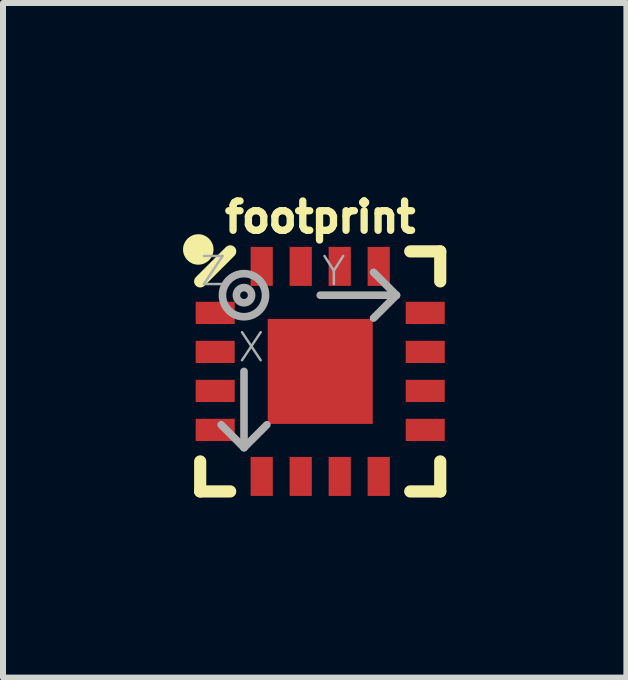
<source format=kicad_pcb>
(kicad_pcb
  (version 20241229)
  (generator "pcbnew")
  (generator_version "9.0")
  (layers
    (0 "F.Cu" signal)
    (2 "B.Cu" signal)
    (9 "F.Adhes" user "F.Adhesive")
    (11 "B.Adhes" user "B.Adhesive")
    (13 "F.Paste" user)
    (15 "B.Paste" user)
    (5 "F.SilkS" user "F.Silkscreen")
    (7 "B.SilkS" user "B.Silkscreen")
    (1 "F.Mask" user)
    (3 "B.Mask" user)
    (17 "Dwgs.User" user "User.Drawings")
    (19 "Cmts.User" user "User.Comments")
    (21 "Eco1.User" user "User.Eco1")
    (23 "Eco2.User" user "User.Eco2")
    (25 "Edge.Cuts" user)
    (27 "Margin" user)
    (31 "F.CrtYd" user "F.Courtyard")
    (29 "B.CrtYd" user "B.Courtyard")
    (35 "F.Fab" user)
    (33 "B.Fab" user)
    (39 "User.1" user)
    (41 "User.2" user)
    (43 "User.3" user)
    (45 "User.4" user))
  (footprint "footprint"
    (layer "F.Cu")
    (at 2.286 3.139)
    (property "Reference" "footprint" (at 0 -2.286 0) (layer "F.SilkS") (effects (font (size 0.488 0.488) (thickness 0.122)) (justify bottom)))
    (fp_line (start -2 2) (end -2 1.5) (stroke (width 0.203) (type solid)) (layer "F.SilkS"))
    (fp_line (start -1.5 -2) (end -2 -1.5) (stroke (width 0.203) (type solid)) (layer "F.SilkS"))
    (fp_line (start -1.5 2) (end -2 2) (stroke (width 0.203) (type solid)) (layer "F.SilkS"))
    (fp_line (start 1.5 -2) (end 2 -2) (stroke (width 0.203) (type solid)) (layer "F.SilkS"))
    (fp_line (start 2 -2) (end 2 -1.5) (stroke (width 0.203) (type solid)) (layer "F.SilkS"))
    (fp_line (start 2 1.5) (end 2 2) (stroke (width 0.203) (type solid)) (layer "F.SilkS"))
    (fp_line (start 2 2) (end 1.5 2) (stroke (width 0.203) (type solid)) (layer "F.SilkS"))
    (fp_circle (center -2.032 -2.032) (end -1.905 -2.032) (stroke (width 0.254) (type solid)) (fill yes) (layer "F.SilkS"))
    (fp_poly (pts (xy -0.25 0.25) (xy 0.25 0.25) (xy 0.25 -0.25) (xy -0.25 -0.25)) (stroke (width 0) (type solid)) (fill yes) (layer "F.Paste"))
    (fp_line (start -1.27 0) (end -1.27 1.27) (stroke (width 0.127) (type solid)) (layer "F.Fab"))
    (fp_line (start -1.27 1.27) (end -1.651 0.889) (stroke (width 0.127) (type solid)) (layer "F.Fab"))
    (fp_line (start -1.27 1.27) (end -0.889 0.889) (stroke (width 0.127) (type solid)) (layer "F.Fab"))
    (fp_line (start 0 -1.27) (end 1.27 -1.27) (stroke (width 0.127) (type solid)) (layer "F.Fab"))
    (fp_line (start 1.27 -1.27) (end 0.889 -1.651) (stroke (width 0.127) (type solid)) (layer "F.Fab"))
    (fp_line (start 1.27 -1.27) (end 0.889 -0.889) (stroke (width 0.127) (type solid)) (layer "F.Fab"))
    (fp_circle (center -1.27 -1.27) (end -1.143 -1.27) (stroke (width 0.127) (type solid)) (fill no) (layer "F.Fab"))
    (fp_circle (center -1.27 -1.27) (end -0.911 -1.27) (stroke (width 0.127) (type solid)) (fill no) (layer "F.Fab"))
    (fp_text user "X" (at -1.397 -0.127 0) (layer "F.Fab") (effects (font (size 0.467 0.467) (thickness 0.041)) (justify left bottom)))
    (fp_text user "Y" (at 0 -1.397 0) (layer "F.Fab") (effects (font (size 0.467 0.467) (thickness 0.041)) (justify left bottom)))
    (fp_text user "Z" (at -2.032 -1.397 0) (layer "F.Fab") (effects (font (size 0.467 0.467) (thickness 0.041)) (justify left bottom)))
    (pad "0" smd rect (at 0 0 180) (size 1.75 1.75) (layers "F.Cu" "F.Mask"))
    (pad "1" smd rect (at -1.75 -0.975 270) (size 0.37 0.65) (layers "F.Cu" "F.Mask" "F.Paste"))
    (pad "2" smd rect (at -1.75 -0.325 270) (size 0.37 0.65) (layers "F.Cu" "F.Mask" "F.Paste"))
    (pad "3" smd rect (at -1.75 0.325 270) (size 0.37 0.65) (layers "F.Cu" "F.Mask" "F.Paste"))
    (pad "4" smd rect (at -1.75 0.975 270) (size 0.37 0.65) (layers "F.Cu" "F.Mask" "F.Paste"))
    (pad "5" smd rect (at -0.975 1.75 180) (size 0.37 0.65) (layers "F.Cu" "F.Mask" "F.Paste"))
    (pad "6" smd rect (at -0.325 1.75 180) (size 0.37 0.65) (layers "F.Cu" "F.Mask" "F.Paste"))
    (pad "7" smd rect (at 0.325 1.75 180) (size 0.37 0.65) (layers "F.Cu" "F.Mask" "F.Paste"))
    (pad "8" smd rect (at 0.975 1.75 180) (size 0.37 0.65) (layers "F.Cu" "F.Mask" "F.Paste"))
    (pad "9" smd rect (at 1.75 0.975 90) (size 0.37 0.65) (layers "F.Cu" "F.Mask" "F.Paste"))
    (pad "10" smd rect (at 1.75 0.325 90) (size 0.37 0.65) (layers "F.Cu" "F.Mask" "F.Paste"))
    (pad "11" smd rect (at 1.75 -0.325 90) (size 0.37 0.65) (layers "F.Cu" "F.Mask" "F.Paste"))
    (pad "12" smd rect (at 1.75 -0.975 90) (size 0.37 0.65) (layers "F.Cu" "F.Mask" "F.Paste"))
    (pad "13" smd rect (at 0.975 -1.75) (size 0.37 0.65) (layers "F.Cu" "F.Mask" "F.Paste"))
    (pad "14" smd rect (at 0.325 -1.75) (size 0.37 0.65) (layers "F.Cu" "F.Mask" "F.Paste"))
    (pad "15" smd rect (at -0.325 -1.75) (size 0.37 0.65) (layers "F.Cu" "F.Mask" "F.Paste"))
    (pad "16" smd rect (at -0.975 -1.75) (size 0.37 0.65) (layers "F.Cu" "F.Mask" "F.Paste")))
  (gr_rect
    (start -3 -3)
    (end 7.388 8.241)
    (stroke (width 0.1) (type default))
    (fill no)
    (layer "Edge.Cuts")))
</source>
